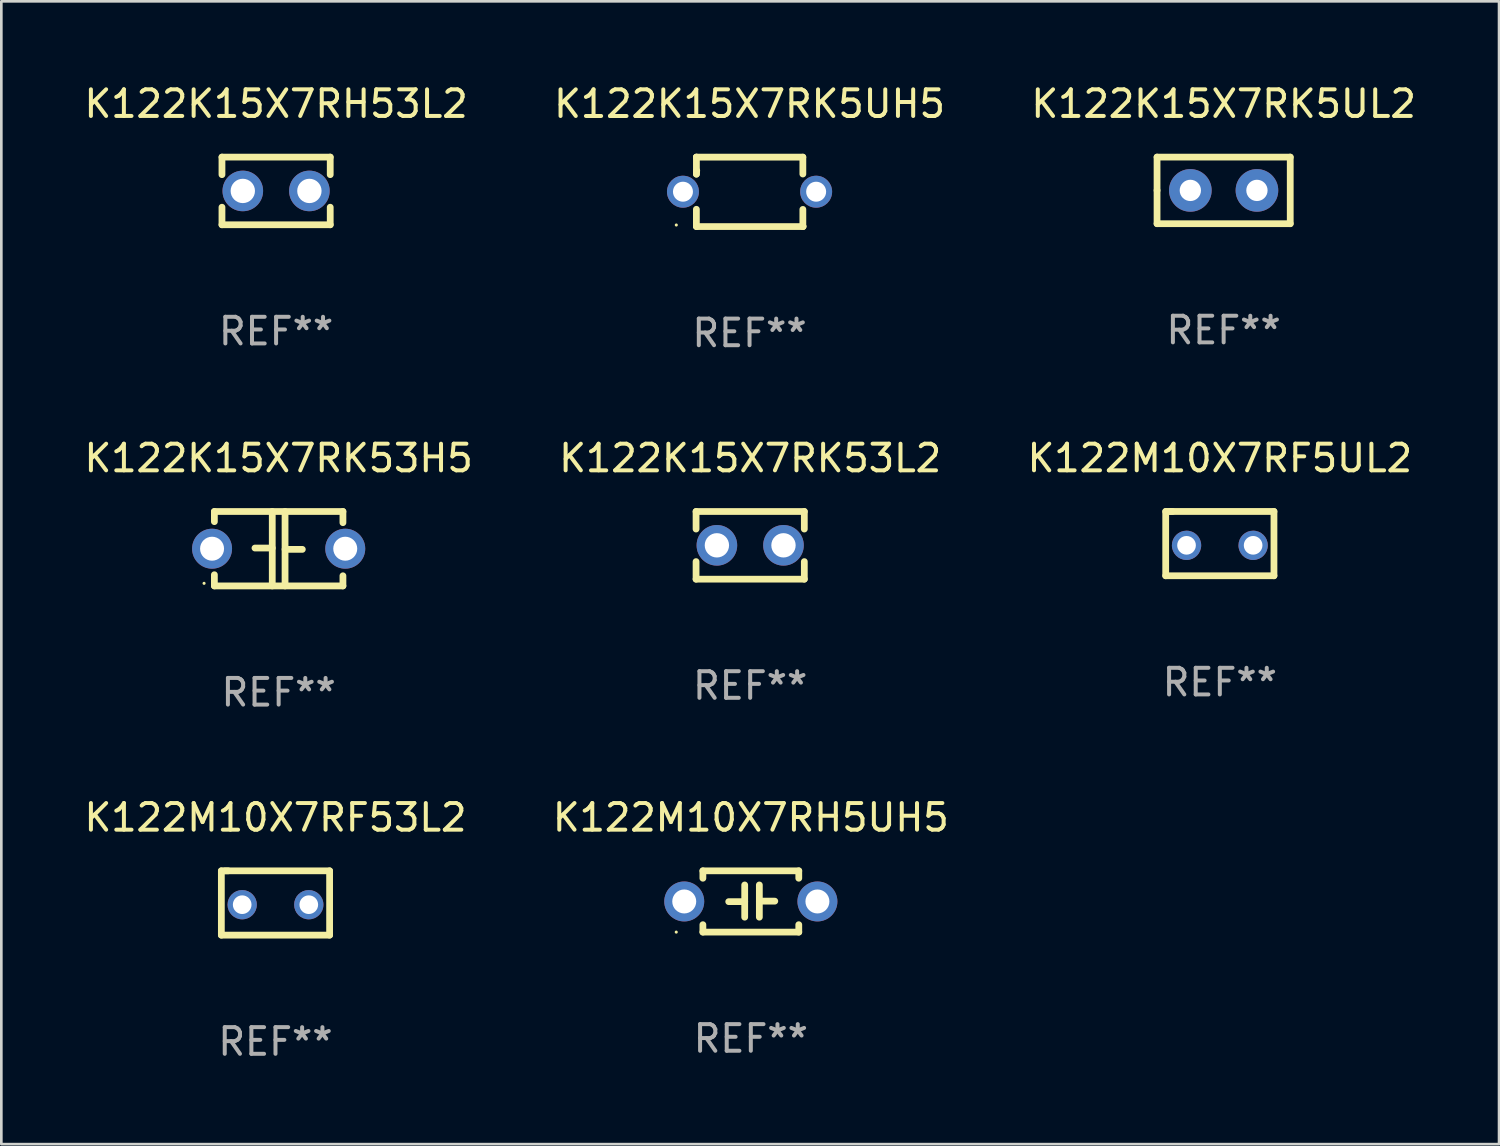
<source format=kicad_pcb>
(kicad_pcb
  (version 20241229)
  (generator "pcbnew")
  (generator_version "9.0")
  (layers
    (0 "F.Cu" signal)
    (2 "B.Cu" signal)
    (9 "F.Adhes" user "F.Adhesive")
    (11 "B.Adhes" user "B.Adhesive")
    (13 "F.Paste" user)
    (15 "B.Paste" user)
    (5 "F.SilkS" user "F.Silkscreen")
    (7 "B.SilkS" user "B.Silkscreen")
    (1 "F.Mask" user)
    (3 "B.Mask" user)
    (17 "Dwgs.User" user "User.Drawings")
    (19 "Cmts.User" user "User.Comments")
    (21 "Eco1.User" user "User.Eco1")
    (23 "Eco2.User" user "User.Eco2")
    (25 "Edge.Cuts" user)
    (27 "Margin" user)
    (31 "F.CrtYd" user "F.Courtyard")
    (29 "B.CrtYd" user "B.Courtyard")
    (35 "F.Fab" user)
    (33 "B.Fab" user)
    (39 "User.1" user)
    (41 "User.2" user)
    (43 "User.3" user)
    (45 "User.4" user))
  (footprint "K122K15X7RK53L2"
    (layer "F.Cu")
    (at 25.113 17.422)
    (property "Reference" "K122K15X7RK53L2" (at 0 -3.27 0) (layer "F.SilkS") (effects (font (size 1 1) (thickness 0.15))))
    (attr through_hole)
    (fp_line (start -2.032 -1.27) (end -2.032 -0.611) (stroke (width 0.254) (type solid)) (layer "F.SilkS"))
    (fp_line (start -2.032 0.611) (end -2.032 1.27) (stroke (width 0.254) (type solid)) (layer "F.SilkS"))
    (fp_line (start -2.032 1.27) (end 2.032 1.27) (stroke (width 0.254) (type solid)) (layer "F.SilkS"))
    (fp_line (start 2.032 -1.27) (end -2.032 -1.27) (stroke (width 0.254) (type solid)) (layer "F.SilkS"))
    (fp_line (start 2.032 -0.611) (end 2.032 -1.27) (stroke (width 0.254) (type solid)) (layer "F.SilkS"))
    (fp_line (start 2.032 1.27) (end 2.032 0.611) (stroke (width 0.254) (type solid)) (layer "F.SilkS"))
    (fp_circle (center -2 1.3) (end -1.97 1.3) (stroke (width 0.06) (type solid)) (fill no) (layer "F.SilkS"))
    (fp_text user "REF**" (at 0 5.27 0) (layer "F.Fab") (effects (font (size 1 1) (thickness 0.15))))
    (pad "1" thru_hole circle (at -1.25 0) (size 1.524 1.524) (drill 0.914) (layers "*.Cu" "*.Mask"))
    (pad "2" thru_hole circle (at 1.25 0) (size 1.524 1.524) (drill 0.914) (layers "*.Cu" "*.Mask")))
  (footprint "K122K15X7RK53H5"
    (layer "F.Cu")
    (at 7.411 17.549)
    (property "Reference" "K122K15X7RK53H5" (at 0 -3.397 0) (layer "F.SilkS") (effects (font (size 1 1) (thickness 0.15))))
    (attr through_hole)
    (fp_line (start -2.413 -1.397) (end 2.413 -1.397) (stroke (width 0.254) (type solid)) (layer "F.SilkS"))
    (fp_line (start -2.413 -1.016) (end -2.413 -1.397) (stroke (width 0.254) (type solid)) (layer "F.SilkS"))
    (fp_line (start -2.413 0.977) (end -2.413 1.397) (stroke (width 0.254) (type solid)) (layer "F.SilkS"))
    (fp_line (start -0.24 -0.025) (end -0.889 -0.025) (stroke (width 0.254) (type solid)) (layer "F.SilkS"))
    (fp_line (start -0.24 1.397) (end -0.24 -1.397) (stroke (width 0.254) (type solid)) (layer "F.SilkS"))
    (fp_line (start 0.24 -1.397) (end 0.24 1.397) (stroke (width 0.254) (type solid)) (layer "F.SilkS"))
    (fp_line (start 0.24 0.025) (end 0.889 0.025) (stroke (width 0.254) (type solid)) (layer "F.SilkS"))
    (fp_line (start 2.413 -0.977) (end 2.413 -1.397) (stroke (width 0.254) (type solid)) (layer "F.SilkS"))
    (fp_line (start 2.413 1.016) (end 2.413 1.397) (stroke (width 0.254) (type solid)) (layer "F.SilkS"))
    (fp_line (start 2.413 1.397) (end -2.413 1.397) (stroke (width 0.254) (type solid)) (layer "F.SilkS"))
    (fp_circle (center -2.8 1.3) (end -2.77 1.3) (stroke (width 0.06) (type solid)) (fill no) (layer "F.SilkS"))
    (fp_text user "REF**" (at 0 5.397 0) (layer "F.Fab") (effects (font (size 1 1) (thickness 0.15))))
    (pad "1" thru_hole circle (at -2.5 0) (size 1.5 1.5) (drill 0.9) (layers "*.Cu" "*.Mask"))
    (pad "2" thru_hole circle (at 2.5 0) (size 1.5 1.5) (drill 0.9) (layers "*.Cu" "*.Mask")))
  (footprint "K122K15X7RH53L2"
    (layer "F.Cu")
    (at 7.315 4.118)
    (property "Reference" "K122K15X7RH53L2" (at 0 -3.27 0) (layer "F.SilkS") (effects (font (size 1 1) (thickness 0.15))))
    (attr through_hole)
    (fp_line (start -2.032 -1.27) (end -2.032 -0.611) (stroke (width 0.254) (type solid)) (layer "F.SilkS"))
    (fp_line (start -2.032 0.611) (end -2.032 1.27) (stroke (width 0.254) (type solid)) (layer "F.SilkS"))
    (fp_line (start -2.032 1.27) (end 2.032 1.27) (stroke (width 0.254) (type solid)) (layer "F.SilkS"))
    (fp_line (start 2.032 -1.27) (end -2.032 -1.27) (stroke (width 0.254) (type solid)) (layer "F.SilkS"))
    (fp_line (start 2.032 -0.611) (end 2.032 -1.27) (stroke (width 0.254) (type solid)) (layer "F.SilkS"))
    (fp_line (start 2.032 1.27) (end 2.032 0.611) (stroke (width 0.254) (type solid)) (layer "F.SilkS"))
    (fp_circle (center -2 1.3) (end -1.97 1.3) (stroke (width 0.06) (type solid)) (fill no) (layer "F.SilkS"))
    (fp_text user "REF**" (at 0 5.27 0) (layer "F.Fab") (effects (font (size 1 1) (thickness 0.15))))
    (pad "1" thru_hole circle (at -1.25 0) (size 1.524 1.524) (drill 0.914) (layers "*.Cu" "*.Mask"))
    (pad "2" thru_hole circle (at 1.25 0) (size 1.524 1.524) (drill 0.914) (layers "*.Cu" "*.Mask")))
  (footprint "K122K15X7RK5UL2"
    (layer "F.Cu")
    (at 42.887 4.098)
    (property "Reference" "K122K15X7RK5UL2" (at 0 -3.25 0) (layer "F.SilkS") (effects (font (size 1 1) (thickness 0.15))))
    (attr through_hole)
    (fp_line (start -2.5 -1.25) (end 2.5 -1.25) (stroke (width 0.254) (type solid)) (layer "F.SilkS"))
    (fp_line (start -2.5 0) (end -2.5 -1.25) (stroke (width 0.254) (type solid)) (layer "F.SilkS"))
    (fp_line (start -2.5 1.25) (end -2.5 0) (stroke (width 0.254) (type solid)) (layer "F.SilkS"))
    (fp_line (start 2.5 -1.25) (end 2.5 1.25) (stroke (width 0.254) (type solid)) (layer "F.SilkS"))
    (fp_line (start 2.5 1.25) (end -2.5 1.25) (stroke (width 0.254) (type solid)) (layer "F.SilkS"))
    (fp_circle (center -2.5 1.25) (end -2.47 1.25) (stroke (width 0.06) (type solid)) (fill no) (layer "F.SilkS"))
    (fp_text user "REF**" (at 0 5.25 0) (layer "F.Fab") (effects (font (size 1 1) (thickness 0.15))))
    (pad "1" thru_hole circle (at -1.25 0) (size 1.6 1.6) (drill 0.8) (layers "*.Cu" "*.Mask"))
    (pad "2" thru_hole circle (at 1.25 0) (size 1.6 1.6) (drill 0.8) (layers "*.Cu" "*.Mask")))
  (footprint "K122K15X7RK5UH5"
    (layer "F.Cu")
    (at 25.089 4.152)
    (property "Reference" "K122K15X7RK5UH5" (at 0 -3.303 0) (layer "F.SilkS") (effects (font (size 1 1) (thickness 0.15))))
    (attr through_hole)
    (fp_line (start -1.996 -0.782) (end -1.983 -0.795) (stroke (width 0.254) (type solid)) (layer "F.SilkS"))
    (fp_line (start -1.996 -0.665) (end -1.996 -0.782) (stroke (width 0.254) (type solid)) (layer "F.SilkS"))
    (fp_line (start -1.996 1.297) (end -1.996 0.655) (stroke (width 0.254) (type solid)) (layer "F.SilkS"))
    (fp_line (start -1.996 -1.303) (end 2.001 -1.303) (stroke (width 0.254) (type solid)) (layer "F.SilkS"))
    (fp_line (start -1.995 -1.303) (end -1.996 -1.303) (stroke (width 0.254) (type solid)) (layer "F.SilkS"))
    (fp_line (start -1.995 -0.664) (end -1.995 -1.303) (stroke (width 0.254) (type solid)) (layer "F.SilkS"))
    (fp_line (start -1.99 1.303) (end -1.996 1.297) (stroke (width 0.254) (type solid)) (layer "F.SilkS"))
    (fp_line (start 2.001 -1.303) (end 2.001 -0.669) (stroke (width 0.254) (type solid)) (layer "F.SilkS"))
    (fp_line (start 2.001 0.659) (end 2.001 1.297) (stroke (width 0.254) (type solid)) (layer "F.SilkS"))
    (fp_line (start 2.001 1.297) (end 2.008 1.303) (stroke (width 0.254) (type solid)) (layer "F.SilkS"))
    (fp_line (start 2.008 1.303) (end -1.99 1.303) (stroke (width 0.254) (type solid)) (layer "F.SilkS"))
    (fp_circle (center -2.75 1.245) (end -2.72 1.245) (stroke (width 0.06) (type solid)) (fill no) (layer "F.SilkS"))
    (fp_text user "REF**" (at 0 5.303 0) (layer "F.Fab") (effects (font (size 1 1) (thickness 0.15))))
    (pad "1" thru_hole circle (at -2.5 -0.005) (size 1.2 1.2) (drill 0.75) (layers "*.Cu" "*.Mask"))
    (pad "2" thru_hole circle (at 2.5 -0.005) (size 1.2 1.2) (drill 0.75) (layers "*.Cu" "*.Mask")))
  (footprint "K122M10X7RF5UL2"
    (layer "F.Cu")
    (at 42.744 17.358)
    (property "Reference" "K122M10X7RF5UL2" (at 0 -3.207 0) (layer "F.SilkS") (effects (font (size 1 1) (thickness 0.15))))
    (attr through_hole)
    (fp_line (start -2.032 -1.207) (end -1.778 -1.207) (stroke (width 0.254) (type solid)) (layer "F.SilkS"))
    (fp_line (start -2.032 1.207) (end -2.032 -1.207) (stroke (width 0.254) (type solid)) (layer "F.SilkS"))
    (fp_line (start -1.905 -1.207) (end 2.032 -1.207) (stroke (width 0.254) (type solid)) (layer "F.SilkS"))
    (fp_line (start 2.032 -1.207) (end 2.032 1.207) (stroke (width 0.254) (type solid)) (layer "F.SilkS"))
    (fp_line (start 2.032 1.207) (end -2.032 1.207) (stroke (width 0.254) (type solid)) (layer "F.SilkS"))
    (fp_circle (center -1.8 1.214) (end -1.77 1.214) (stroke (width 0.06) (type solid)) (fill no) (layer "F.SilkS"))
    (fp_text user "REF**" (at 0 5.207 0) (layer "F.Fab") (effects (font (size 1 1) (thickness 0.15))))
    (pad "1" thru_hole circle (at -1.25 0.064) (size 1.1 1.1) (drill 0.7) (layers "*.Cu" "*.Mask"))
    (pad "2" thru_hole circle (at 1.25 0.064) (size 1.1 1.1) (drill 0.7) (layers "*.Cu" "*.Mask")))
  (footprint "K122M10X7RH5UH5"
    (layer "F.Cu")
    (at 25.137 30.792)
    (property "Reference" "K122M10X7RH5UH5" (at 0 -3.15 0) (layer "F.SilkS") (effects (font (size 1 1) (thickness 0.15))))
    (attr through_hole)
    (fp_line (start -1.8 -1.15) (end -1.8 -0.872) (stroke (width 0.254) (type solid)) (layer "F.SilkS"))
    (fp_line (start -1.8 -1.15) (end 1.8 -1.15) (stroke (width 0.254) (type solid)) (layer "F.SilkS"))
    (fp_line (start -1.8 0.872) (end -1.8 1.15) (stroke (width 0.254) (type solid)) (layer "F.SilkS"))
    (fp_line (start -1.8 1.15) (end 1.8 1.15) (stroke (width 0.254) (type solid)) (layer "F.SilkS"))
    (fp_line (start -0.23 -0.62) (end -0.23 0.59) (stroke (width 0.254) (type solid)) (layer "F.SilkS"))
    (fp_line (start -0.23 0.007) (end -0.83 0.007) (stroke (width 0.254) (type solid)) (layer "F.SilkS"))
    (fp_line (start 0.32 -0.62) (end 0.32 0.59) (stroke (width 0.254) (type solid)) (layer "F.SilkS"))
    (fp_line (start 0.32 -0.012) (end 0.9 -0.012) (stroke (width 0.254) (type solid)) (layer "F.SilkS"))
    (fp_line (start 1.8 -1.15) (end 1.8 -0.872) (stroke (width 0.254) (type solid)) (layer "F.SilkS"))
    (fp_line (start 1.8 0.872) (end 1.8 1.15) (stroke (width 0.254) (type solid)) (layer "F.SilkS"))
    (fp_circle (center -2.8 1.15) (end -2.77 1.15) (stroke (width 0.06) (type solid)) (fill no) (layer "F.SilkS"))
    (fp_text user "REF**" (at 0 5.15 0) (layer "F.Fab") (effects (font (size 1 1) (thickness 0.15))))
    (pad "1" thru_hole circle (at -2.5 0) (size 1.5 1.5) (drill 0.9) (layers "*.Cu" "*.Mask"))
    (pad "2" thru_hole circle (at 2.5 0) (size 1.5 1.5) (drill 0.9) (layers "*.Cu" "*.Mask")))
  (footprint "K122M10X7RF53L2"
    (layer "F.Cu")
    (at 7.292 30.849)
    (property "Reference" "K122M10X7RF53L2" (at 0 -3.207 0) (layer "F.SilkS") (effects (font (size 1 1) (thickness 0.15))))
    (attr through_hole)
    (fp_line (start -2.032 -1.207) (end -1.778 -1.207) (stroke (width 0.254) (type solid)) (layer "F.SilkS"))
    (fp_line (start -2.032 1.207) (end -2.032 -1.207) (stroke (width 0.254) (type solid)) (layer "F.SilkS"))
    (fp_line (start -1.905 -1.207) (end 2.032 -1.207) (stroke (width 0.254) (type solid)) (layer "F.SilkS"))
    (fp_line (start 2.032 -1.207) (end 2.032 1.207) (stroke (width 0.254) (type solid)) (layer "F.SilkS"))
    (fp_line (start 2.032 1.207) (end -2.032 1.207) (stroke (width 0.254) (type solid)) (layer "F.SilkS"))
    (fp_circle (center -1.8 1.214) (end -1.77 1.214) (stroke (width 0.06) (type solid)) (fill no) (layer "F.SilkS"))
    (fp_text user "REF**" (at 0 5.207 0) (layer "F.Fab") (effects (font (size 1 1) (thickness 0.15))))
    (pad "1" thru_hole circle (at -1.25 0.064) (size 1.1 1.1) (drill 0.7) (layers "*.Cu" "*.Mask"))
    (pad "2" thru_hole circle (at 1.25 0.064) (size 1.1 1.1) (drill 0.7) (layers "*.Cu" "*.Mask")))
  (gr_rect
    (start -3 -3)
    (end 53.226 39.903)
    (stroke (width 0.1) (type default))
    (fill no)
    (layer "Edge.Cuts")))
</source>
